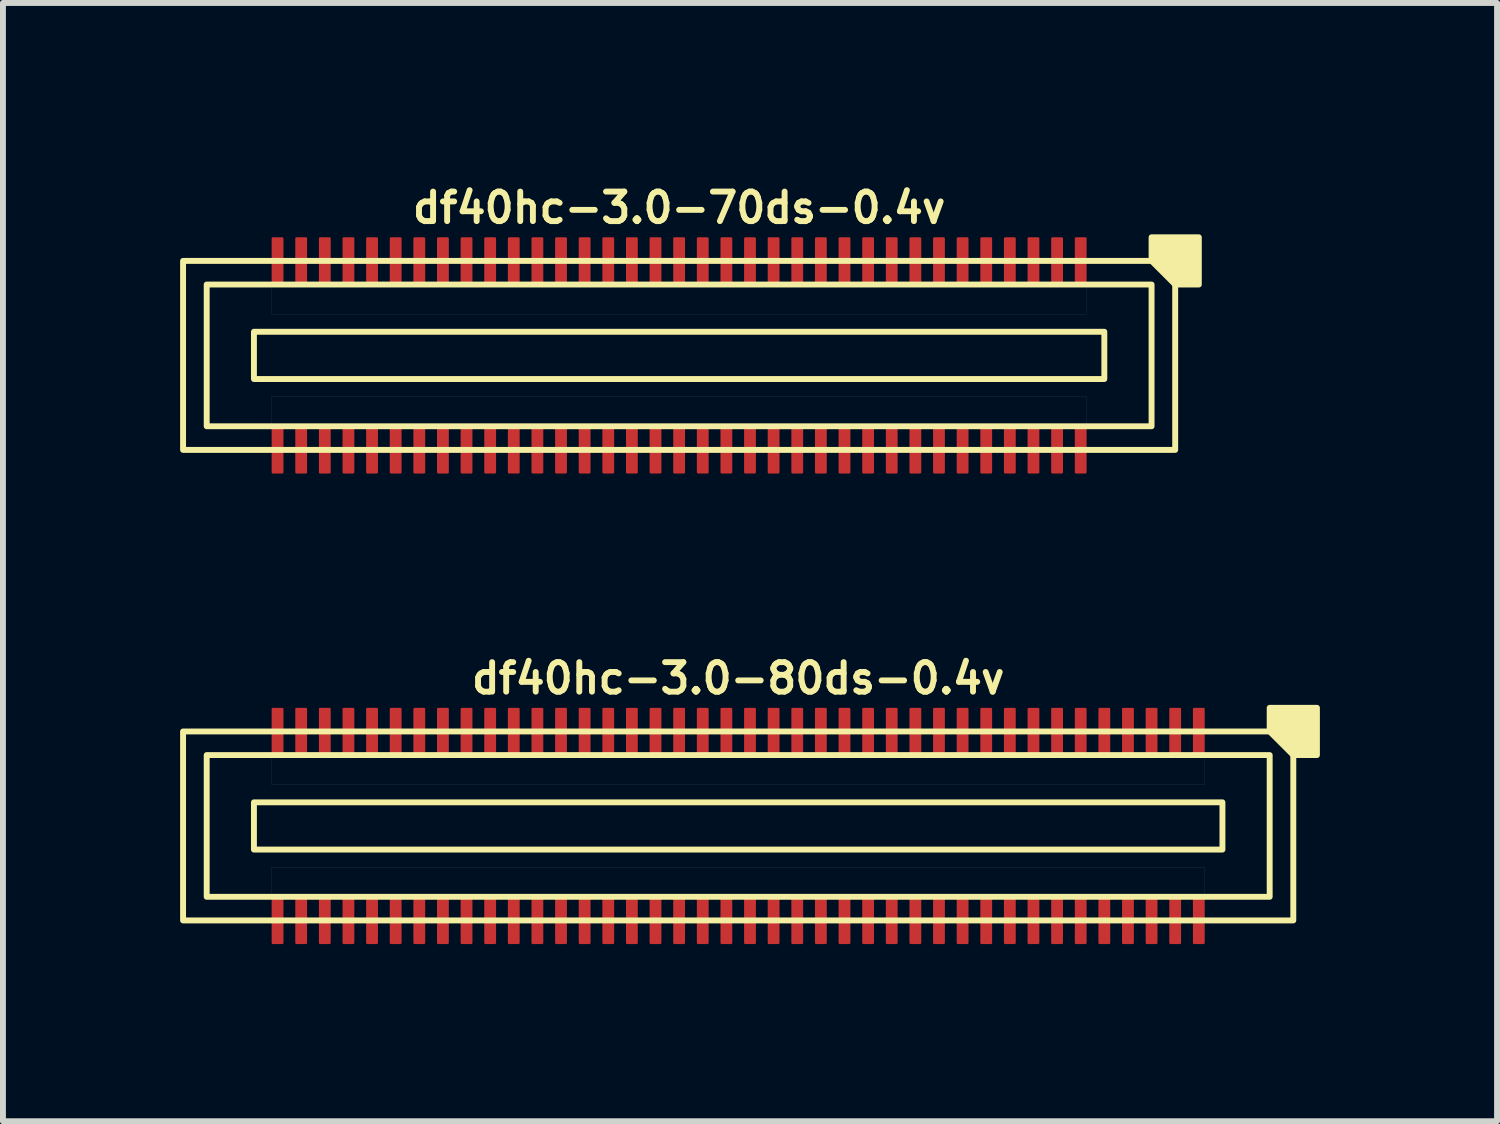
<source format=kicad_pcb>
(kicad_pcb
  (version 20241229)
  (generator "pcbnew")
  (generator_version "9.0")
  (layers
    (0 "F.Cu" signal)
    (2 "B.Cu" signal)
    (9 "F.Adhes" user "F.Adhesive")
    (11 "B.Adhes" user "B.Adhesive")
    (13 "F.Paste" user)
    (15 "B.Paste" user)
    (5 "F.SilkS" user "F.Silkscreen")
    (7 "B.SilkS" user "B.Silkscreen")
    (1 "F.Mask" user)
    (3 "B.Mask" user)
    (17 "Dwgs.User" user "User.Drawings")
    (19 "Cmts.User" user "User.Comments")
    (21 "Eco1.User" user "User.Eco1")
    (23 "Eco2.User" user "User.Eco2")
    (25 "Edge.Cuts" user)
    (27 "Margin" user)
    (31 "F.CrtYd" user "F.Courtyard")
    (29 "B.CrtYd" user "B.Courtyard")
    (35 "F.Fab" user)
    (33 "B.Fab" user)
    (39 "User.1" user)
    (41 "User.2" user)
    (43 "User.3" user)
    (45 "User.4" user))
  (footprint "df40hc-3.0-80ds-0.4v"
    (layer "F.Cu")
    (at 9.45 10.936)
    (property "Reference" "df40hc-3.0-80ds-0.4v" (at 0 -2.5 180) (layer "F.SilkS") (effects (font (size 0.5 0.5) (thickness 0.1))))
    (attr smd)
    (fp_rect (start -8.2 -0.4) (end 8.2 0.4) (stroke (width 0.1) (type default)) (fill no) (layer "F.SilkS"))
    (fp_rect (start 9 -1.2) (end -9 1.2) (stroke (width 0.1) (type default)) (fill no) (layer "F.SilkS"))
    (fp_rect (start 9.4 -1.6) (end -9.4 1.6) (stroke (width 0.1) (type default)) (fill no) (layer "F.SilkS"))
    (fp_poly (pts (xy 9 -1.6) (xy 9 -2) (xy 9.8 -2) (xy 9.8 -1.2) (xy 9.4 -1.2)) (stroke (width 0.1) (type solid)) (fill yes) (layer "F.SilkS"))
    (fp_poly (pts (xy -7.9 -1.2) (xy 7.9 -1.2) (xy 7.9 -0.7) (xy -7.9 -0.7)) (stroke (width 0.001) (type solid)) (fill no) (layer "Dwgs.User"))
    (fp_poly (pts (xy -7.9 0.7) (xy 7.9 0.7) (xy 7.9 1.2) (xy -7.9 1.2)) (stroke (width 0.001) (type solid)) (fill no) (layer "Dwgs.User"))
    (pad "1" smd roundrect (at 7.8 -1.6) (size 0.2 0.8) (layers "F.Cu" "F.Mask" "F.Paste") (roundrect_rratio 0.1))
    (pad "2" smd roundrect (at 7.8 1.6) (size 0.2 0.8) (layers "F.Cu" "F.Mask" "F.Paste") (roundrect_rratio 0.1))
    (pad "3" smd roundrect (at 7.4 -1.6) (size 0.2 0.8) (layers "F.Cu" "F.Mask" "F.Paste") (roundrect_rratio 0.1))
    (pad "4" smd roundrect (at 7.4 1.6) (size 0.2 0.8) (layers "F.Cu" "F.Mask" "F.Paste") (roundrect_rratio 0.1))
    (pad "5" smd roundrect (at 7 -1.6) (size 0.2 0.8) (layers "F.Cu" "F.Mask" "F.Paste") (roundrect_rratio 0.1))
    (pad "6" smd roundrect (at 7 1.6) (size 0.2 0.8) (layers "F.Cu" "F.Mask" "F.Paste") (roundrect_rratio 0.1))
    (pad "7" smd roundrect (at 6.6 -1.6) (size 0.2 0.8) (layers "F.Cu" "F.Mask" "F.Paste") (roundrect_rratio 0.1))
    (pad "8" smd roundrect (at 6.6 1.6) (size 0.2 0.8) (layers "F.Cu" "F.Mask" "F.Paste") (roundrect_rratio 0.1))
    (pad "9" smd roundrect (at 6.2 -1.6) (size 0.2 0.8) (layers "F.Cu" "F.Mask" "F.Paste") (roundrect_rratio 0.1))
    (pad "10" smd roundrect (at 6.2 1.6) (size 0.2 0.8) (layers "F.Cu" "F.Mask" "F.Paste") (roundrect_rratio 0.1))
    (pad "11" smd roundrect (at 5.8 -1.6) (size 0.2 0.8) (layers "F.Cu" "F.Mask" "F.Paste") (roundrect_rratio 0.1))
    (pad "12" smd roundrect (at 5.8 1.6) (size 0.2 0.8) (layers "F.Cu" "F.Mask" "F.Paste") (roundrect_rratio 0.1))
    (pad "13" smd roundrect (at 5.4 -1.6) (size 0.2 0.8) (layers "F.Cu" "F.Mask" "F.Paste") (roundrect_rratio 0.1))
    (pad "14" smd roundrect (at 5.4 1.6) (size 0.2 0.8) (layers "F.Cu" "F.Mask" "F.Paste") (roundrect_rratio 0.1))
    (pad "15" smd roundrect (at 5 -1.6) (size 0.2 0.8) (layers "F.Cu" "F.Mask" "F.Paste") (roundrect_rratio 0.1))
    (pad "16" smd roundrect (at 5 1.6) (size 0.2 0.8) (layers "F.Cu" "F.Mask" "F.Paste") (roundrect_rratio 0.1))
    (pad "17" smd roundrect (at 4.6 -1.6) (size 0.2 0.8) (layers "F.Cu" "F.Mask" "F.Paste") (roundrect_rratio 0.1))
    (pad "18" smd roundrect (at 4.6 1.6) (size 0.2 0.8) (layers "F.Cu" "F.Mask" "F.Paste") (roundrect_rratio 0.1))
    (pad "19" smd roundrect (at 4.2 -1.6) (size 0.2 0.8) (layers "F.Cu" "F.Mask" "F.Paste") (roundrect_rratio 0.1))
    (pad "20" smd roundrect (at 4.2 1.6) (size 0.2 0.8) (layers "F.Cu" "F.Mask" "F.Paste") (roundrect_rratio 0.1))
    (pad "21" smd roundrect (at 3.8 -1.6) (size 0.2 0.8) (layers "F.Cu" "F.Mask" "F.Paste") (roundrect_rratio 0.1))
    (pad "22" smd roundrect (at 3.8 1.6) (size 0.2 0.8) (layers "F.Cu" "F.Mask" "F.Paste") (roundrect_rratio 0.1))
    (pad "23" smd roundrect (at 3.4 -1.6) (size 0.2 0.8) (layers "F.Cu" "F.Mask" "F.Paste") (roundrect_rratio 0.1))
    (pad "24" smd roundrect (at 3.4 1.6) (size 0.2 0.8) (layers "F.Cu" "F.Mask" "F.Paste") (roundrect_rratio 0.1))
    (pad "25" smd roundrect (at 3 -1.6) (size 0.2 0.8) (layers "F.Cu" "F.Mask" "F.Paste") (roundrect_rratio 0.1))
    (pad "26" smd roundrect (at 3 1.6) (size 0.2 0.8) (layers "F.Cu" "F.Mask" "F.Paste") (roundrect_rratio 0.1))
    (pad "27" smd roundrect (at 2.6 -1.6) (size 0.2 0.8) (layers "F.Cu" "F.Mask" "F.Paste") (roundrect_rratio 0.1))
    (pad "28" smd roundrect (at 2.6 1.6) (size 0.2 0.8) (layers "F.Cu" "F.Mask" "F.Paste") (roundrect_rratio 0.1))
    (pad "29" smd roundrect (at 2.2 -1.6) (size 0.2 0.8) (layers "F.Cu" "F.Mask" "F.Paste") (roundrect_rratio 0.1))
    (pad "30" smd roundrect (at 2.2 1.6) (size 0.2 0.8) (layers "F.Cu" "F.Mask" "F.Paste") (roundrect_rratio 0.1))
    (pad "31" smd roundrect (at 1.8 -1.6) (size 0.2 0.8) (layers "F.Cu" "F.Mask" "F.Paste") (roundrect_rratio 0.1))
    (pad "32" smd roundrect (at 1.8 1.6) (size 0.2 0.8) (layers "F.Cu" "F.Mask" "F.Paste") (roundrect_rratio 0.1))
    (pad "33" smd roundrect (at 1.4 -1.6) (size 0.2 0.8) (layers "F.Cu" "F.Mask" "F.Paste") (roundrect_rratio 0.1))
    (pad "34" smd roundrect (at 1.4 1.6) (size 0.2 0.8) (layers "F.Cu" "F.Mask" "F.Paste") (roundrect_rratio 0.1))
    (pad "35" smd roundrect (at 1 -1.6) (size 0.2 0.8) (layers "F.Cu" "F.Mask" "F.Paste") (roundrect_rratio 0.1))
    (pad "36" smd roundrect (at 1 1.6) (size 0.2 0.8) (layers "F.Cu" "F.Mask" "F.Paste") (roundrect_rratio 0.1))
    (pad "37" smd roundrect (at 0.6 -1.6) (size 0.2 0.8) (layers "F.Cu" "F.Mask" "F.Paste") (roundrect_rratio 0.1))
    (pad "38" smd roundrect (at 0.6 1.6) (size 0.2 0.8) (layers "F.Cu" "F.Mask" "F.Paste") (roundrect_rratio 0.1))
    (pad "39" smd roundrect (at 0.2 -1.6) (size 0.2 0.8) (layers "F.Cu" "F.Mask" "F.Paste") (roundrect_rratio 0.1))
    (pad "40" smd roundrect (at 0.2 1.6) (size 0.2 0.8) (layers "F.Cu" "F.Mask" "F.Paste") (roundrect_rratio 0.1))
    (pad "41" smd roundrect (at -0.2 -1.6) (size 0.2 0.8) (layers "F.Cu" "F.Mask" "F.Paste") (roundrect_rratio 0.1))
    (pad "42" smd roundrect (at -0.2 1.6) (size 0.2 0.8) (layers "F.Cu" "F.Mask" "F.Paste") (roundrect_rratio 0.1))
    (pad "43" smd roundrect (at -0.6 -1.6) (size 0.2 0.8) (layers "F.Cu" "F.Mask" "F.Paste") (roundrect_rratio 0.1))
    (pad "44" smd roundrect (at -0.6 1.6) (size 0.2 0.8) (layers "F.Cu" "F.Mask" "F.Paste") (roundrect_rratio 0.1))
    (pad "45" smd roundrect (at -1 -1.6) (size 0.2 0.8) (layers "F.Cu" "F.Mask" "F.Paste") (roundrect_rratio 0.1))
    (pad "46" smd roundrect (at -1 1.6) (size 0.2 0.8) (layers "F.Cu" "F.Mask" "F.Paste") (roundrect_rratio 0.1))
    (pad "47" smd roundrect (at -1.4 -1.6) (size 0.2 0.8) (layers "F.Cu" "F.Mask" "F.Paste") (roundrect_rratio 0.1))
    (pad "48" smd roundrect (at -1.4 1.6) (size 0.2 0.8) (layers "F.Cu" "F.Mask" "F.Paste") (roundrect_rratio 0.1))
    (pad "49" smd roundrect (at -1.8 -1.6) (size 0.2 0.8) (layers "F.Cu" "F.Mask" "F.Paste") (roundrect_rratio 0.1))
    (pad "50" smd roundrect (at -1.8 1.6) (size 0.2 0.8) (layers "F.Cu" "F.Mask" "F.Paste") (roundrect_rratio 0.1))
    (pad "51" smd roundrect (at -2.2 -1.6) (size 0.2 0.8) (layers "F.Cu" "F.Mask" "F.Paste") (roundrect_rratio 0.1))
    (pad "52" smd roundrect (at -2.2 1.6) (size 0.2 0.8) (layers "F.Cu" "F.Mask" "F.Paste") (roundrect_rratio 0.1))
    (pad "53" smd roundrect (at -2.6 -1.6) (size 0.2 0.8) (layers "F.Cu" "F.Mask" "F.Paste") (roundrect_rratio 0.1))
    (pad "54" smd roundrect (at -2.6 1.6) (size 0.2 0.8) (layers "F.Cu" "F.Mask" "F.Paste") (roundrect_rratio 0.1))
    (pad "55" smd roundrect (at -3 -1.6) (size 0.2 0.8) (layers "F.Cu" "F.Mask" "F.Paste") (roundrect_rratio 0.1))
    (pad "56" smd roundrect (at -3 1.6) (size 0.2 0.8) (layers "F.Cu" "F.Mask" "F.Paste") (roundrect_rratio 0.1))
    (pad "57" smd roundrect (at -3.4 -1.6) (size 0.2 0.8) (layers "F.Cu" "F.Mask" "F.Paste") (roundrect_rratio 0.1))
    (pad "58" smd roundrect (at -3.4 1.6) (size 0.2 0.8) (layers "F.Cu" "F.Mask" "F.Paste") (roundrect_rratio 0.1))
    (pad "59" smd roundrect (at -3.8 -1.6) (size 0.2 0.8) (layers "F.Cu" "F.Mask" "F.Paste") (roundrect_rratio 0.1))
    (pad "60" smd roundrect (at -3.8 1.6) (size 0.2 0.8) (layers "F.Cu" "F.Mask" "F.Paste") (roundrect_rratio 0.1))
    (pad "61" smd roundrect (at -4.2 -1.6) (size 0.2 0.8) (layers "F.Cu" "F.Mask" "F.Paste") (roundrect_rratio 0.1))
    (pad "62" smd roundrect (at -4.2 1.6) (size 0.2 0.8) (layers "F.Cu" "F.Mask" "F.Paste") (roundrect_rratio 0.1))
    (pad "63" smd roundrect (at -4.6 -1.6) (size 0.2 0.8) (layers "F.Cu" "F.Mask" "F.Paste") (roundrect_rratio 0.1))
    (pad "64" smd roundrect (at -4.6 1.6) (size 0.2 0.8) (layers "F.Cu" "F.Mask" "F.Paste") (roundrect_rratio 0.1))
    (pad "65" smd roundrect (at -5 -1.6) (size 0.2 0.8) (layers "F.Cu" "F.Mask" "F.Paste") (roundrect_rratio 0.1))
    (pad "66" smd roundrect (at -5 1.6) (size 0.2 0.8) (layers "F.Cu" "F.Mask" "F.Paste") (roundrect_rratio 0.1))
    (pad "67" smd roundrect (at -5.4 -1.6) (size 0.2 0.8) (layers "F.Cu" "F.Mask" "F.Paste") (roundrect_rratio 0.1))
    (pad "68" smd roundrect (at -5.4 1.6) (size 0.2 0.8) (layers "F.Cu" "F.Mask" "F.Paste") (roundrect_rratio 0.1))
    (pad "69" smd roundrect (at -5.8 -1.6) (size 0.2 0.8) (layers "F.Cu" "F.Mask" "F.Paste") (roundrect_rratio 0.1))
    (pad "70" smd roundrect (at -5.8 1.6) (size 0.2 0.8) (layers "F.Cu" "F.Mask" "F.Paste") (roundrect_rratio 0.1))
    (pad "71" smd roundrect (at -6.2 -1.6) (size 0.2 0.8) (layers "F.Cu" "F.Mask" "F.Paste") (roundrect_rratio 0.1))
    (pad "72" smd roundrect (at -6.2 1.6) (size 0.2 0.8) (layers "F.Cu" "F.Mask" "F.Paste") (roundrect_rratio 0.1))
    (pad "73" smd roundrect (at -6.6 -1.6) (size 0.2 0.8) (layers "F.Cu" "F.Mask" "F.Paste") (roundrect_rratio 0.1))
    (pad "74" smd roundrect (at -6.6 1.6) (size 0.2 0.8) (layers "F.Cu" "F.Mask" "F.Paste") (roundrect_rratio 0.1))
    (pad "75" smd roundrect (at -7 -1.6) (size 0.2 0.8) (layers "F.Cu" "F.Mask" "F.Paste") (roundrect_rratio 0.1))
    (pad "76" smd roundrect (at -7 1.6) (size 0.2 0.8) (layers "F.Cu" "F.Mask" "F.Paste") (roundrect_rratio 0.1))
    (pad "77" smd roundrect (at -7.4 -1.6) (size 0.2 0.8) (layers "F.Cu" "F.Mask" "F.Paste") (roundrect_rratio 0.1))
    (pad "78" smd roundrect (at -7.4 1.6) (size 0.2 0.8) (layers "F.Cu" "F.Mask" "F.Paste") (roundrect_rratio 0.1))
    (pad "79" smd roundrect (at -7.8 -1.6) (size 0.2 0.8) (layers "F.Cu" "F.Mask" "F.Paste") (roundrect_rratio 0.1))
    (pad "80" smd roundrect (at -7.8 1.6) (size 0.2 0.8) (layers "F.Cu" "F.Mask" "F.Paste") (roundrect_rratio 0.1)))
  (footprint "df40hc-3.0-70ds-0.4v"
    (layer "F.Cu")
    (at 8.45 2.968)
    (property "Reference" "df40hc-3.0-70ds-0.4v" (at 0 -2.5 180) (layer "F.SilkS") (effects (font (size 0.5 0.5) (thickness 0.1))))
    (attr smd)
    (fp_rect (start -7.2 -0.4) (end 7.2 0.4) (stroke (width 0.1) (type default)) (fill no) (layer "F.SilkS"))
    (fp_rect (start 8 -1.2) (end -8 1.2) (stroke (width 0.1) (type default)) (fill no) (layer "F.SilkS"))
    (fp_rect (start 8.4 -1.6) (end -8.4 1.6) (stroke (width 0.1) (type default)) (fill no) (layer "F.SilkS"))
    (fp_poly (pts (xy 8 -1.6) (xy 8 -2) (xy 8.8 -2) (xy 8.8 -1.2) (xy 8.4 -1.2)) (stroke (width 0.1) (type solid)) (fill yes) (layer "F.SilkS"))
    (fp_poly (pts (xy -6.9 -1.2) (xy 6.9 -1.2) (xy 6.9 -0.7) (xy -6.9 -0.7)) (stroke (width 0.001) (type solid)) (fill no) (layer "Dwgs.User"))
    (fp_poly (pts (xy -6.9 0.7) (xy 6.9 0.7) (xy 6.9 1.2) (xy -6.9 1.2)) (stroke (width 0.001) (type solid)) (fill no) (layer "Dwgs.User"))
    (pad "1" smd roundrect (at 6.8 -1.6) (size 0.2 0.8) (layers "F.Cu" "F.Mask" "F.Paste") (roundrect_rratio 0.1))
    (pad "2" smd roundrect (at 6.8 1.6) (size 0.2 0.8) (layers "F.Cu" "F.Mask" "F.Paste") (roundrect_rratio 0.1))
    (pad "3" smd roundrect (at 6.4 -1.6) (size 0.2 0.8) (layers "F.Cu" "F.Mask" "F.Paste") (roundrect_rratio 0.1))
    (pad "4" smd roundrect (at 6.4 1.6) (size 0.2 0.8) (layers "F.Cu" "F.Mask" "F.Paste") (roundrect_rratio 0.1))
    (pad "5" smd roundrect (at 6 -1.6) (size 0.2 0.8) (layers "F.Cu" "F.Mask" "F.Paste") (roundrect_rratio 0.1))
    (pad "6" smd roundrect (at 6 1.6) (size 0.2 0.8) (layers "F.Cu" "F.Mask" "F.Paste") (roundrect_rratio 0.1))
    (pad "7" smd roundrect (at 5.6 -1.6) (size 0.2 0.8) (layers "F.Cu" "F.Mask" "F.Paste") (roundrect_rratio 0.1))
    (pad "8" smd roundrect (at 5.6 1.6) (size 0.2 0.8) (layers "F.Cu" "F.Mask" "F.Paste") (roundrect_rratio 0.1))
    (pad "9" smd roundrect (at 5.2 -1.6) (size 0.2 0.8) (layers "F.Cu" "F.Mask" "F.Paste") (roundrect_rratio 0.1))
    (pad "10" smd roundrect (at 5.2 1.6) (size 0.2 0.8) (layers "F.Cu" "F.Mask" "F.Paste") (roundrect_rratio 0.1))
    (pad "11" smd roundrect (at 4.8 -1.6) (size 0.2 0.8) (layers "F.Cu" "F.Mask" "F.Paste") (roundrect_rratio 0.1))
    (pad "12" smd roundrect (at 4.8 1.6) (size 0.2 0.8) (layers "F.Cu" "F.Mask" "F.Paste") (roundrect_rratio 0.1))
    (pad "13" smd roundrect (at 4.4 -1.6) (size 0.2 0.8) (layers "F.Cu" "F.Mask" "F.Paste") (roundrect_rratio 0.1))
    (pad "14" smd roundrect (at 4.4 1.6) (size 0.2 0.8) (layers "F.Cu" "F.Mask" "F.Paste") (roundrect_rratio 0.1))
    (pad "15" smd roundrect (at 4 -1.6) (size 0.2 0.8) (layers "F.Cu" "F.Mask" "F.Paste") (roundrect_rratio 0.1))
    (pad "16" smd roundrect (at 4 1.6) (size 0.2 0.8) (layers "F.Cu" "F.Mask" "F.Paste") (roundrect_rratio 0.1))
    (pad "17" smd roundrect (at 3.6 -1.6) (size 0.2 0.8) (layers "F.Cu" "F.Mask" "F.Paste") (roundrect_rratio 0.1))
    (pad "18" smd roundrect (at 3.6 1.6) (size 0.2 0.8) (layers "F.Cu" "F.Mask" "F.Paste") (roundrect_rratio 0.1))
    (pad "19" smd roundrect (at 3.2 -1.6) (size 0.2 0.8) (layers "F.Cu" "F.Mask" "F.Paste") (roundrect_rratio 0.1))
    (pad "20" smd roundrect (at 3.2 1.6) (size 0.2 0.8) (layers "F.Cu" "F.Mask" "F.Paste") (roundrect_rratio 0.1))
    (pad "21" smd roundrect (at 2.8 -1.6) (size 0.2 0.8) (layers "F.Cu" "F.Mask" "F.Paste") (roundrect_rratio 0.1))
    (pad "22" smd roundrect (at 2.8 1.6) (size 0.2 0.8) (layers "F.Cu" "F.Mask" "F.Paste") (roundrect_rratio 0.1))
    (pad "23" smd roundrect (at 2.4 -1.6) (size 0.2 0.8) (layers "F.Cu" "F.Mask" "F.Paste") (roundrect_rratio 0.1))
    (pad "24" smd roundrect (at 2.4 1.6) (size 0.2 0.8) (layers "F.Cu" "F.Mask" "F.Paste") (roundrect_rratio 0.1))
    (pad "25" smd roundrect (at 2 -1.6) (size 0.2 0.8) (layers "F.Cu" "F.Mask" "F.Paste") (roundrect_rratio 0.1))
    (pad "26" smd roundrect (at 2 1.6) (size 0.2 0.8) (layers "F.Cu" "F.Mask" "F.Paste") (roundrect_rratio 0.1))
    (pad "27" smd roundrect (at 1.6 -1.6) (size 0.2 0.8) (layers "F.Cu" "F.Mask" "F.Paste") (roundrect_rratio 0.1))
    (pad "28" smd roundrect (at 1.6 1.6) (size 0.2 0.8) (layers "F.Cu" "F.Mask" "F.Paste") (roundrect_rratio 0.1))
    (pad "29" smd roundrect (at 1.2 -1.6) (size 0.2 0.8) (layers "F.Cu" "F.Mask" "F.Paste") (roundrect_rratio 0.1))
    (pad "30" smd roundrect (at 1.2 1.6) (size 0.2 0.8) (layers "F.Cu" "F.Mask" "F.Paste") (roundrect_rratio 0.1))
    (pad "31" smd roundrect (at 0.8 -1.6) (size 0.2 0.8) (layers "F.Cu" "F.Mask" "F.Paste") (roundrect_rratio 0.1))
    (pad "32" smd roundrect (at 0.8 1.6) (size 0.2 0.8) (layers "F.Cu" "F.Mask" "F.Paste") (roundrect_rratio 0.1))
    (pad "33" smd roundrect (at 0.4 -1.6) (size 0.2 0.8) (layers "F.Cu" "F.Mask" "F.Paste") (roundrect_rratio 0.1))
    (pad "34" smd roundrect (at 0.4 1.6) (size 0.2 0.8) (layers "F.Cu" "F.Mask" "F.Paste") (roundrect_rratio 0.1))
    (pad "35" smd roundrect (at 0 -1.6) (size 0.2 0.8) (layers "F.Cu" "F.Mask" "F.Paste") (roundrect_rratio 0.1))
    (pad "36" smd roundrect (at 0 1.6) (size 0.2 0.8) (layers "F.Cu" "F.Mask" "F.Paste") (roundrect_rratio 0.1))
    (pad "37" smd roundrect (at -0.4 -1.6) (size 0.2 0.8) (layers "F.Cu" "F.Mask" "F.Paste") (roundrect_rratio 0.1))
    (pad "38" smd roundrect (at -0.4 1.6) (size 0.2 0.8) (layers "F.Cu" "F.Mask" "F.Paste") (roundrect_rratio 0.1))
    (pad "39" smd roundrect (at -0.8 -1.6) (size 0.2 0.8) (layers "F.Cu" "F.Mask" "F.Paste") (roundrect_rratio 0.1))
    (pad "40" smd roundrect (at -0.8 1.6) (size 0.2 0.8) (layers "F.Cu" "F.Mask" "F.Paste") (roundrect_rratio 0.1))
    (pad "41" smd roundrect (at -1.2 -1.6) (size 0.2 0.8) (layers "F.Cu" "F.Mask" "F.Paste") (roundrect_rratio 0.1))
    (pad "42" smd roundrect (at -1.2 1.6) (size 0.2 0.8) (layers "F.Cu" "F.Mask" "F.Paste") (roundrect_rratio 0.1))
    (pad "43" smd roundrect (at -1.6 -1.6) (size 0.2 0.8) (layers "F.Cu" "F.Mask" "F.Paste") (roundrect_rratio 0.1))
    (pad "44" smd roundrect (at -1.6 1.6) (size 0.2 0.8) (layers "F.Cu" "F.Mask" "F.Paste") (roundrect_rratio 0.1))
    (pad "45" smd roundrect (at -2 -1.6) (size 0.2 0.8) (layers "F.Cu" "F.Mask" "F.Paste") (roundrect_rratio 0.1))
    (pad "46" smd roundrect (at -2 1.6) (size 0.2 0.8) (layers "F.Cu" "F.Mask" "F.Paste") (roundrect_rratio 0.1))
    (pad "47" smd roundrect (at -2.4 -1.6) (size 0.2 0.8) (layers "F.Cu" "F.Mask" "F.Paste") (roundrect_rratio 0.1))
    (pad "48" smd roundrect (at -2.4 1.6) (size 0.2 0.8) (layers "F.Cu" "F.Mask" "F.Paste") (roundrect_rratio 0.1))
    (pad "49" smd roundrect (at -2.8 -1.6) (size 0.2 0.8) (layers "F.Cu" "F.Mask" "F.Paste") (roundrect_rratio 0.1))
    (pad "50" smd roundrect (at -2.8 1.6) (size 0.2 0.8) (layers "F.Cu" "F.Mask" "F.Paste") (roundrect_rratio 0.1))
    (pad "51" smd roundrect (at -3.2 -1.6) (size 0.2 0.8) (layers "F.Cu" "F.Mask" "F.Paste") (roundrect_rratio 0.1))
    (pad "52" smd roundrect (at -3.2 1.6) (size 0.2 0.8) (layers "F.Cu" "F.Mask" "F.Paste") (roundrect_rratio 0.1))
    (pad "53" smd roundrect (at -3.6 -1.6) (size 0.2 0.8) (layers "F.Cu" "F.Mask" "F.Paste") (roundrect_rratio 0.1))
    (pad "54" smd roundrect (at -3.6 1.6) (size 0.2 0.8) (layers "F.Cu" "F.Mask" "F.Paste") (roundrect_rratio 0.1))
    (pad "55" smd roundrect (at -4 -1.6) (size 0.2 0.8) (layers "F.Cu" "F.Mask" "F.Paste") (roundrect_rratio 0.1))
    (pad "56" smd roundrect (at -4 1.6) (size 0.2 0.8) (layers "F.Cu" "F.Mask" "F.Paste") (roundrect_rratio 0.1))
    (pad "57" smd roundrect (at -4.4 -1.6) (size 0.2 0.8) (layers "F.Cu" "F.Mask" "F.Paste") (roundrect_rratio 0.1))
    (pad "58" smd roundrect (at -4.4 1.6) (size 0.2 0.8) (layers "F.Cu" "F.Mask" "F.Paste") (roundrect_rratio 0.1))
    (pad "59" smd roundrect (at -4.8 -1.6) (size 0.2 0.8) (layers "F.Cu" "F.Mask" "F.Paste") (roundrect_rratio 0.1))
    (pad "60" smd roundrect (at -4.8 1.6) (size 0.2 0.8) (layers "F.Cu" "F.Mask" "F.Paste") (roundrect_rratio 0.1))
    (pad "61" smd roundrect (at -5.2 -1.6) (size 0.2 0.8) (layers "F.Cu" "F.Mask" "F.Paste") (roundrect_rratio 0.1))
    (pad "62" smd roundrect (at -5.2 1.6) (size 0.2 0.8) (layers "F.Cu" "F.Mask" "F.Paste") (roundrect_rratio 0.1))
    (pad "63" smd roundrect (at -5.6 -1.6) (size 0.2 0.8) (layers "F.Cu" "F.Mask" "F.Paste") (roundrect_rratio 0.1))
    (pad "64" smd roundrect (at -5.6 1.6) (size 0.2 0.8) (layers "F.Cu" "F.Mask" "F.Paste") (roundrect_rratio 0.1))
    (pad "65" smd roundrect (at -6 -1.6) (size 0.2 0.8) (layers "F.Cu" "F.Mask" "F.Paste") (roundrect_rratio 0.1))
    (pad "66" smd roundrect (at -6 1.6) (size 0.2 0.8) (layers "F.Cu" "F.Mask" "F.Paste") (roundrect_rratio 0.1))
    (pad "67" smd roundrect (at -6.4 -1.6) (size 0.2 0.8) (layers "F.Cu" "F.Mask" "F.Paste") (roundrect_rratio 0.1))
    (pad "68" smd roundrect (at -6.4 1.6) (size 0.2 0.8) (layers "F.Cu" "F.Mask" "F.Paste") (roundrect_rratio 0.1))
    (pad "69" smd roundrect (at -6.8 -1.6) (size 0.2 0.8) (layers "F.Cu" "F.Mask" "F.Paste") (roundrect_rratio 0.1))
    (pad "70" smd roundrect (at -6.8 1.6) (size 0.2 0.8) (layers "F.Cu" "F.Mask" "F.Paste") (roundrect_rratio 0.1)))
  (gr_rect
    (start -3 -3)
    (end 22.3 15.936)
    (stroke (width 0.1) (type default))
    (fill no)
    (layer "Edge.Cuts")))
</source>
